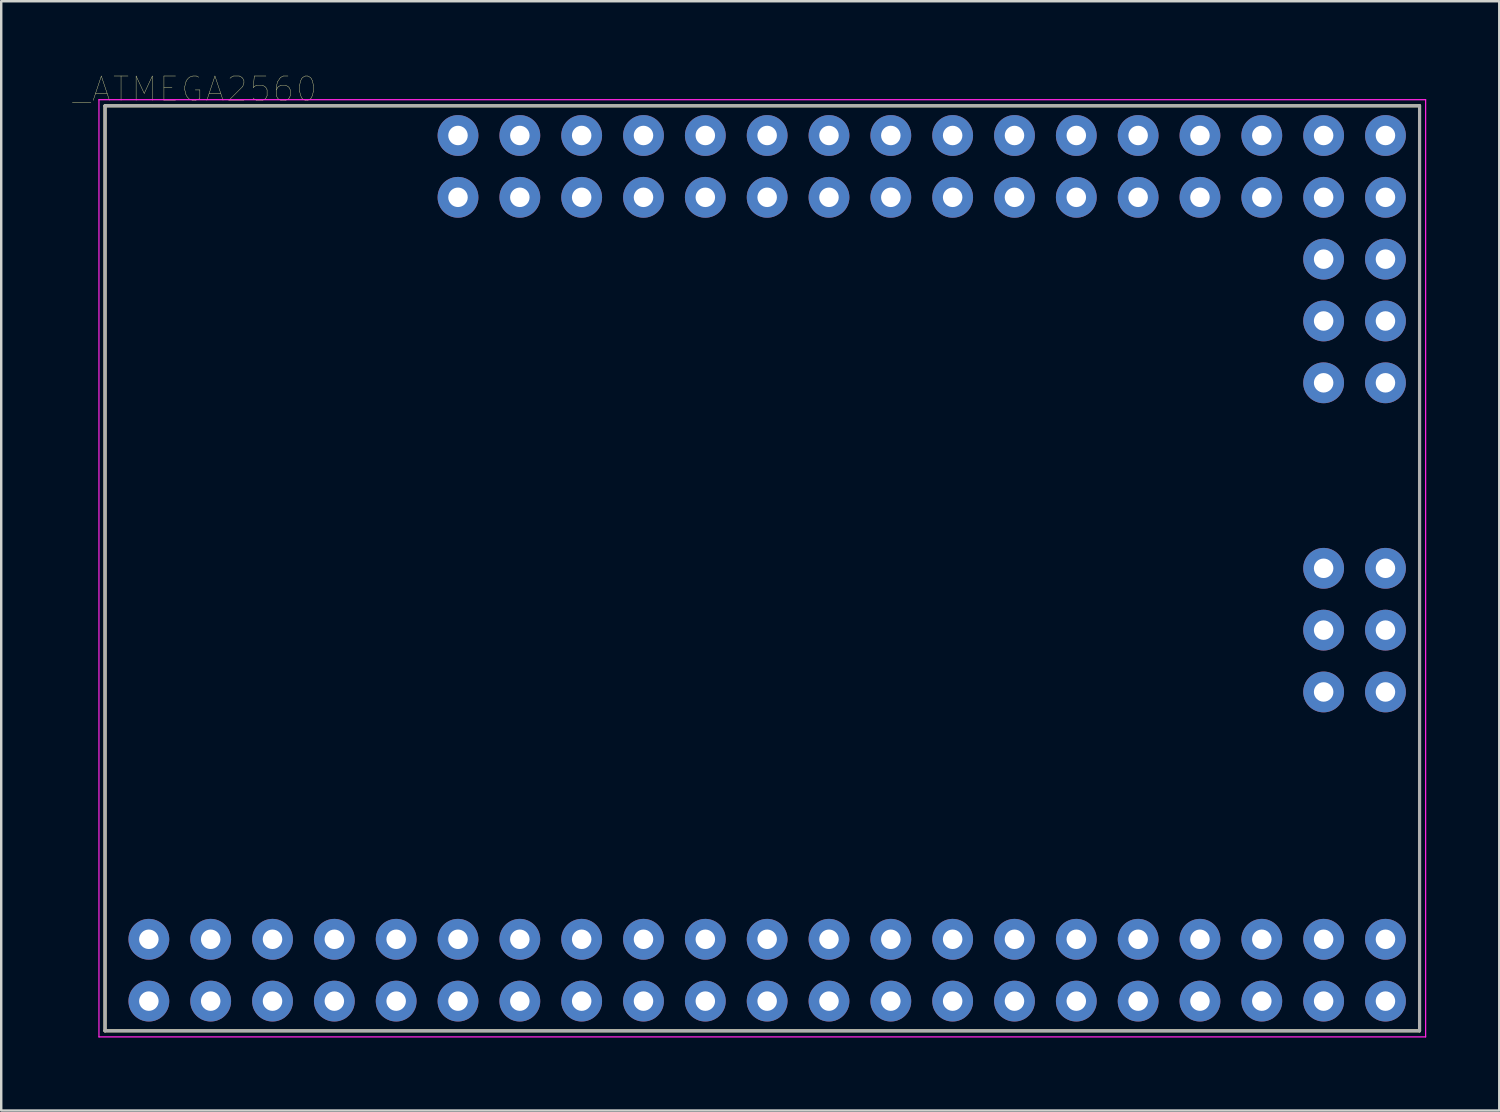
<source format=kicad_pcb>
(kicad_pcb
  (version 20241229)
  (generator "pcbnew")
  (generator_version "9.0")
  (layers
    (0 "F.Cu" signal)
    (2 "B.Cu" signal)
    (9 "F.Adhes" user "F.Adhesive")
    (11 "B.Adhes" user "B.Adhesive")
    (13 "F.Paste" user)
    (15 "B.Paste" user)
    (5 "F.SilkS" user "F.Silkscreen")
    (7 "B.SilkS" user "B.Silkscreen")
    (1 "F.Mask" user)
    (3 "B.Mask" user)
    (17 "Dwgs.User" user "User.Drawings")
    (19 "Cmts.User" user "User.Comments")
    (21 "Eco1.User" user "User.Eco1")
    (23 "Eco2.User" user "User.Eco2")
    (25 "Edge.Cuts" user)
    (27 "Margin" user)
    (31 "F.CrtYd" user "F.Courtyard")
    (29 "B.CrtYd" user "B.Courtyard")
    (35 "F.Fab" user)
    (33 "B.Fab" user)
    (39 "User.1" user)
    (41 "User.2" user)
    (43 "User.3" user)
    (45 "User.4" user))
  (footprint "_ATMEGA2560"
    (layer "F.Cu")
    (at 28.265 20.296)
    (property "Reference" "_ATMEGA2560" (at -23.295 -19.685 0) (layer "F.SilkS") (effects (font (size 1 1) (thickness 0.015))))
    (attr through_hole)
    (fp_line (start -27 -19) (end 27 -19) (stroke (width 0.127) (type solid)) (layer "F.SilkS"))
    (fp_line (start -27 19) (end -27 -19) (stroke (width 0.127) (type solid)) (layer "F.SilkS"))
    (fp_line (start -27 19) (end 27 19) (stroke (width 0.127) (type solid)) (layer "F.SilkS"))
    (fp_line (start 27 19) (end 27 -19) (stroke (width 0.127) (type solid)) (layer "F.SilkS"))
    (fp_line (start -27.25 -19.25) (end 27.25 -19.25) (stroke (width 0.05) (type solid)) (layer "F.CrtYd"))
    (fp_line (start -27.25 19.25) (end -27.25 -19.25) (stroke (width 0.05) (type solid)) (layer "F.CrtYd"))
    (fp_line (start 27.25 -19.25) (end 27.25 19.25) (stroke (width 0.05) (type solid)) (layer "F.CrtYd"))
    (fp_line (start 27.25 19.25) (end -27.25 19.25) (stroke (width 0.05) (type solid)) (layer "F.CrtYd"))
    (fp_line (start -27 -19) (end 27 -19) (stroke (width 0.127) (type solid)) (layer "F.Fab"))
    (fp_line (start -27 19) (end -27 -19) (stroke (width 0.127) (type solid)) (layer "F.Fab"))
    (fp_line (start -27 19) (end 27 19) (stroke (width 0.127) (type solid)) (layer "F.Fab"))
    (fp_line (start 27 19) (end 27 -19) (stroke (width 0.127) (type solid)) (layer "F.Fab"))
    (pad "3V3_1" thru_hole circle (at -17.58 17.78) (size 1.676 1.676) (drill 0.8) (layers "*.Cu" "*.Mask"))
    (pad "3V3_2" thru_hole circle (at -17.58 15.24) (size 1.676 1.676) (drill 0.8) (layers "*.Cu" "*.Mask"))
    (pad "5V_1" thru_hole circle (at -20.12 17.78) (size 1.676 1.676) (drill 0.8) (layers "*.Cu" "*.Mask"))
    (pad "5V_2" thru_hole circle (at -20.12 15.24) (size 1.676 1.676) (drill 0.8) (layers "*.Cu" "*.Mask"))
    (pad "5V_3" thru_hole circle (at 25.6 0) (size 1.676 1.676) (drill 0.8) (layers "*.Cu" "*.Mask"))
    (pad "A0" thru_hole circle (at -12.5 -17.78) (size 1.676 1.676) (drill 0.8) (layers "*.Cu" "*.Mask"))
    (pad "A1" thru_hole circle (at -12.5 -15.24) (size 1.676 1.676) (drill 0.8) (layers "*.Cu" "*.Mask"))
    (pad "A2" thru_hole circle (at -9.96 -17.78) (size 1.676 1.676) (drill 0.8) (layers "*.Cu" "*.Mask"))
    (pad "A3" thru_hole circle (at -9.96 -15.24) (size 1.676 1.676) (drill 0.8) (layers "*.Cu" "*.Mask"))
    (pad "A4" thru_hole circle (at -7.42 -17.78) (size 1.676 1.676) (drill 0.8) (layers "*.Cu" "*.Mask"))
    (pad "A5" thru_hole circle (at -7.42 -15.24) (size 1.676 1.676) (drill 0.8) (layers "*.Cu" "*.Mask"))
    (pad "A6" thru_hole circle (at -4.88 -17.78) (size 1.676 1.676) (drill 0.8) (layers "*.Cu" "*.Mask"))
    (pad "A7" thru_hole circle (at -4.88 -15.24) (size 1.676 1.676) (drill 0.8) (layers "*.Cu" "*.Mask"))
    (pad "A8" thru_hole circle (at -2.34 -17.78) (size 1.676 1.676) (drill 0.8) (layers "*.Cu" "*.Mask"))
    (pad "A9" thru_hole circle (at -2.34 -15.24) (size 1.676 1.676) (drill 0.8) (layers "*.Cu" "*.Mask"))
    (pad "A10" thru_hole circle (at 0.2 -17.78) (size 1.676 1.676) (drill 0.8) (layers "*.Cu" "*.Mask"))
    (pad "A11" thru_hole circle (at 0.2 -15.24) (size 1.676 1.676) (drill 0.8) (layers "*.Cu" "*.Mask"))
    (pad "A12" thru_hole circle (at 2.74 -17.78) (size 1.676 1.676) (drill 0.8) (layers "*.Cu" "*.Mask"))
    (pad "A13" thru_hole circle (at 2.74 -15.24) (size 1.676 1.676) (drill 0.8) (layers "*.Cu" "*.Mask"))
    (pad "A14" thru_hole circle (at 5.28 -17.78) (size 1.676 1.676) (drill 0.8) (layers "*.Cu" "*.Mask"))
    (pad "A15" thru_hole circle (at 5.28 -15.24) (size 1.676 1.676) (drill 0.8) (layers "*.Cu" "*.Mask"))
    (pad "AREF" thru_hole circle (at -15.04 15.24) (size 1.676 1.676) (drill 0.8) (layers "*.Cu" "*.Mask"))
    (pad "D2" thru_hole circle (at -9.96 15.24) (size 1.676 1.676) (drill 0.8) (layers "*.Cu" "*.Mask"))
    (pad "D3" thru_hole circle (at -9.96 17.78) (size 1.676 1.676) (drill 0.8) (layers "*.Cu" "*.Mask"))
    (pad "D4" thru_hole circle (at -7.42 15.24) (size 1.676 1.676) (drill 0.8) (layers "*.Cu" "*.Mask"))
    (pad "D5" thru_hole circle (at -7.42 17.78) (size 1.676 1.676) (drill 0.8) (layers "*.Cu" "*.Mask"))
    (pad "D6" thru_hole circle (at -4.88 15.24) (size 1.676 1.676) (drill 0.8) (layers "*.Cu" "*.Mask"))
    (pad "D7" thru_hole circle (at -4.88 17.78) (size 1.676 1.676) (drill 0.8) (layers "*.Cu" "*.Mask"))
    (pad "D8" thru_hole circle (at -2.34 15.24) (size 1.676 1.676) (drill 0.8) (layers "*.Cu" "*.Mask"))
    (pad "D9" thru_hole circle (at -2.34 17.78) (size 1.676 1.676) (drill 0.8) (layers "*.Cu" "*.Mask"))
    (pad "D10" thru_hole circle (at 0.2 15.24) (size 1.676 1.676) (drill 0.8) (layers "*.Cu" "*.Mask"))
    (pad "D11" thru_hole circle (at 0.2 17.78) (size 1.676 1.676) (drill 0.8) (layers "*.Cu" "*.Mask"))
    (pad "D12" thru_hole circle (at 2.74 15.24) (size 1.676 1.676) (drill 0.8) (layers "*.Cu" "*.Mask"))
    (pad "D13" thru_hole circle (at 2.74 17.78) (size 1.676 1.676) (drill 0.8) (layers "*.Cu" "*.Mask"))
    (pad "D14" thru_hole circle (at 5.28 15.24) (size 1.676 1.676) (drill 0.8) (layers "*.Cu" "*.Mask"))
    (pad "D15" thru_hole circle (at 5.28 17.78) (size 1.676 1.676) (drill 0.8) (layers "*.Cu" "*.Mask"))
    (pad "D16" thru_hole circle (at 7.82 15.24) (size 1.676 1.676) (drill 0.8) (layers "*.Cu" "*.Mask"))
    (pad "D17" thru_hole circle (at 7.82 17.78) (size 1.676 1.676) (drill 0.8) (layers "*.Cu" "*.Mask"))
    (pad "D18" thru_hole circle (at 10.36 15.24) (size 1.676 1.676) (drill 0.8) (layers "*.Cu" "*.Mask"))
    (pad "D19" thru_hole circle (at 10.36 17.78) (size 1.676 1.676) (drill 0.8) (layers "*.Cu" "*.Mask"))
    (pad "D20" thru_hole circle (at 12.9 15.24) (size 1.676 1.676) (drill 0.8) (layers "*.Cu" "*.Mask"))
    (pad "D21" thru_hole circle (at 12.9 17.78) (size 1.676 1.676) (drill 0.8) (layers "*.Cu" "*.Mask"))
    (pad "D22" thru_hole circle (at 15.44 15.24) (size 1.676 1.676) (drill 0.8) (layers "*.Cu" "*.Mask"))
    (pad "D23" thru_hole circle (at 15.44 17.78) (size 1.676 1.676) (drill 0.8) (layers "*.Cu" "*.Mask"))
    (pad "D24" thru_hole circle (at 17.98 15.24) (size 1.676 1.676) (drill 0.8) (layers "*.Cu" "*.Mask"))
    (pad "D25" thru_hole circle (at 17.98 17.78) (size 1.676 1.676) (drill 0.8) (layers "*.Cu" "*.Mask"))
    (pad "D26" thru_hole circle (at 20.52 15.24) (size 1.676 1.676) (drill 0.8) (layers "*.Cu" "*.Mask"))
    (pad "D27" thru_hole circle (at 20.52 17.78) (size 1.676 1.676) (drill 0.8) (layers "*.Cu" "*.Mask"))
    (pad "D28" thru_hole circle (at 23.06 15.24) (size 1.676 1.676) (drill 0.8) (layers "*.Cu" "*.Mask"))
    (pad "D29" thru_hole circle (at 23.06 17.78) (size 1.676 1.676) (drill 0.8) (layers "*.Cu" "*.Mask"))
    (pad "D30" thru_hole circle (at 25.6 15.24) (size 1.676 1.676) (drill 0.8) (layers "*.Cu" "*.Mask"))
    (pad "D31" thru_hole circle (at 25.6 17.78) (size 1.676 1.676) (drill 0.8) (layers "*.Cu" "*.Mask"))
    (pad "D32" thru_hole circle (at 7.82 -17.78) (size 1.676 1.676) (drill 0.8) (layers "*.Cu" "*.Mask"))
    (pad "D33" thru_hole circle (at 7.82 -15.24) (size 1.676 1.676) (drill 0.8) (layers "*.Cu" "*.Mask"))
    (pad "D34" thru_hole circle (at 10.36 -17.78) (size 1.676 1.676) (drill 0.8) (layers "*.Cu" "*.Mask"))
    (pad "D35" thru_hole circle (at 10.36 -15.24) (size 1.676 1.676) (drill 0.8) (layers "*.Cu" "*.Mask"))
    (pad "D36" thru_hole circle (at 12.9 -17.78) (size 1.676 1.676) (drill 0.8) (layers "*.Cu" "*.Mask"))
    (pad "D37" thru_hole circle (at 12.9 -15.24) (size 1.676 1.676) (drill 0.8) (layers "*.Cu" "*.Mask"))
    (pad "D38" thru_hole circle (at 15.44 -17.78) (size 1.676 1.676) (drill 0.8) (layers "*.Cu" "*.Mask"))
    (pad "D39" thru_hole circle (at 15.44 -15.24) (size 1.676 1.676) (drill 0.8) (layers "*.Cu" "*.Mask"))
    (pad "D40" thru_hole circle (at 17.98 -17.78) (size 1.676 1.676) (drill 0.8) (layers "*.Cu" "*.Mask"))
    (pad "D41" thru_hole circle (at 17.98 -15.24) (size 1.676 1.676) (drill 0.8) (layers "*.Cu" "*.Mask"))
    (pad "D42" thru_hole circle (at 20.52 -17.78) (size 1.676 1.676) (drill 0.8) (layers "*.Cu" "*.Mask"))
    (pad "D43" thru_hole circle (at 20.52 -15.24) (size 1.676 1.676) (drill 0.8) (layers "*.Cu" "*.Mask"))
    (pad "D44" thru_hole circle (at 23.06 -17.78) (size 1.676 1.676) (drill 0.8) (layers "*.Cu" "*.Mask"))
    (pad "D45" thru_hole circle (at 23.06 -15.24) (size 1.676 1.676) (drill 0.8) (layers "*.Cu" "*.Mask"))
    (pad "D46" thru_hole circle (at 25.6 -17.78) (size 1.676 1.676) (drill 0.8) (layers "*.Cu" "*.Mask"))
    (pad "D47" thru_hole circle (at 25.6 -15.24) (size 1.676 1.676) (drill 0.8) (layers "*.Cu" "*.Mask"))
    (pad "D48" thru_hole circle (at 25.6 -12.7) (size 1.676 1.676) (drill 0.8) (layers "*.Cu" "*.Mask"))
    (pad "D49" thru_hole circle (at 23.06 -12.7) (size 1.676 1.676) (drill 0.8) (layers "*.Cu" "*.Mask"))
    (pad "D50" thru_hole circle (at 25.6 -10.16) (size 1.676 1.676) (drill 0.8) (layers "*.Cu" "*.Mask"))
    (pad "D51" thru_hole circle (at 23.06 -10.16) (size 1.676 1.676) (drill 0.8) (layers "*.Cu" "*.Mask"))
    (pad "D52" thru_hole circle (at 25.6 -7.62) (size 1.676 1.676) (drill 0.8) (layers "*.Cu" "*.Mask"))
    (pad "D53" thru_hole circle (at 23.06 -7.62) (size 1.676 1.676) (drill 0.8) (layers "*.Cu" "*.Mask"))
    (pad "GND_1" thru_hole circle (at -22.66 17.78) (size 1.676 1.676) (drill 0.8) (layers "*.Cu" "*.Mask"))
    (pad "GND_2" thru_hole circle (at -22.66 15.24) (size 1.676 1.676) (drill 0.8) (layers "*.Cu" "*.Mask"))
    (pad "GND_3" thru_hole circle (at 25.6 5.08) (size 1.676 1.676) (drill 0.8) (layers "*.Cu" "*.Mask"))
    (pad "MISO" thru_hole circle (at 23.06 0) (size 1.676 1.676) (drill 0.8) (layers "*.Cu" "*.Mask"))
    (pad "MOSI" thru_hole circle (at 25.6 2.54) (size 1.676 1.676) (drill 0.8) (layers "*.Cu" "*.Mask"))
    (pad "RESET" thru_hole circle (at 23.06 5.08) (size 1.676 1.676) (drill 0.8) (layers "*.Cu" "*.Mask"))
    (pad "RST" thru_hole circle (at -15.04 17.78) (size 1.676 1.676) (drill 0.8) (layers "*.Cu" "*.Mask"))
    (pad "RX" thru_hole circle (at -12.5 15.24) (size 1.676 1.676) (drill 0.8) (layers "*.Cu" "*.Mask"))
    (pad "SCK" thru_hole circle (at 23.06 2.54) (size 1.676 1.676) (drill 0.8) (layers "*.Cu" "*.Mask"))
    (pad "TX" thru_hole circle (at -12.5 17.78) (size 1.676 1.676) (drill 0.8) (layers "*.Cu" "*.Mask"))
    (pad "VIN_1" thru_hole circle (at -25.2 17.78) (size 1.676 1.676) (drill 0.8) (layers "*.Cu" "*.Mask"))
    (pad "VIN_2" thru_hole circle (at -25.2 15.24) (size 1.676 1.676) (drill 0.8) (layers "*.Cu" "*.Mask")))
  (gr_rect
    (start -3 -3)
    (end 58.54 42.571)
    (stroke (width 0.1) (type default))
    (fill no)
    (layer "Edge.Cuts")))
</source>
